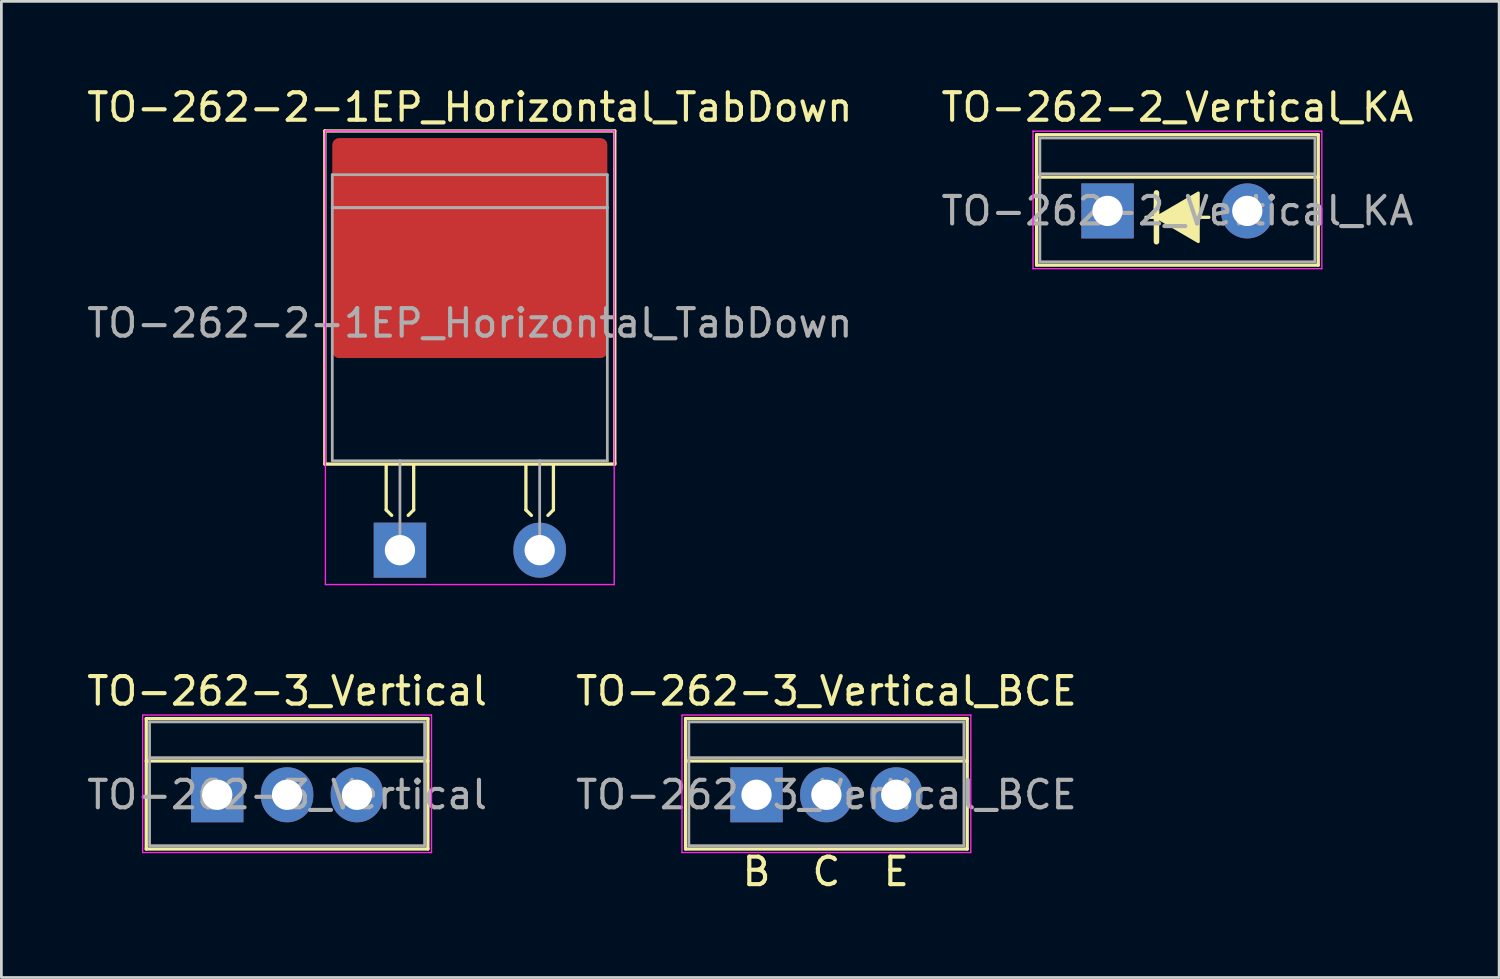
<source format=kicad_pcb>
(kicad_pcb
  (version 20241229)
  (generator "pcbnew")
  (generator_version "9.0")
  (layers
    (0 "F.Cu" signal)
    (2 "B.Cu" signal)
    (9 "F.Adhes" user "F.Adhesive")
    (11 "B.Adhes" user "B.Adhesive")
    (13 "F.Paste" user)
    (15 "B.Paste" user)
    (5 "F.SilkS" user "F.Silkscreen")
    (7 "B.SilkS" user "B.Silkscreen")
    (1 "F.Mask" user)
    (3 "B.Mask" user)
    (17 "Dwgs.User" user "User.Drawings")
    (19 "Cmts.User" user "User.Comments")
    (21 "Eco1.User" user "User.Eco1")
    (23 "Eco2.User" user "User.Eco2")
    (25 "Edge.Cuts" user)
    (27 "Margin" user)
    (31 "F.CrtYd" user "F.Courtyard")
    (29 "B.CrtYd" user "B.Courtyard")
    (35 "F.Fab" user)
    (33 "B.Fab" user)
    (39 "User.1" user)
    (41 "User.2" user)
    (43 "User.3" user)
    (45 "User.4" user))
  (footprint "TO-262-3_Vertical"
    (layer "F.Cu")
    (at 4.847 25.845)
    (property "Reference" "TO-262-3_Vertical" (at 2.54 -3.77 0) (layer "F.SilkS") (effects (font (size 1 1) (thickness 0.15))))
    (attr through_hole)
    (fp_line (start -2.58 -2.77) (end -2.58 1.971) (stroke (width 0.12) (type solid)) (layer "F.SilkS"))
    (fp_line (start -2.58 -2.77) (end 7.66 -2.77) (stroke (width 0.12) (type solid)) (layer "F.SilkS"))
    (fp_line (start -2.58 -1.23) (end 7.66 -1.23) (stroke (width 0.12) (type solid)) (layer "F.SilkS"))
    (fp_line (start -2.58 1.971) (end 7.66 1.971) (stroke (width 0.12) (type solid)) (layer "F.SilkS"))
    (fp_line (start 7.66 -2.77) (end 7.66 1.971) (stroke (width 0.12) (type solid)) (layer "F.SilkS"))
    (fp_line (start -2.71 -2.9) (end -2.71 2.1) (stroke (width 0.05) (type solid)) (layer "F.CrtYd"))
    (fp_line (start -2.71 2.1) (end 7.79 2.1) (stroke (width 0.05) (type solid)) (layer "F.CrtYd"))
    (fp_line (start 7.79 -2.9) (end -2.71 -2.9) (stroke (width 0.05) (type solid)) (layer "F.CrtYd"))
    (fp_line (start 7.79 2.1) (end 7.79 -2.9) (stroke (width 0.05) (type solid)) (layer "F.CrtYd"))
    (fp_line (start -2.46 -2.65) (end -2.46 1.85) (stroke (width 0.1) (type solid)) (layer "F.Fab"))
    (fp_line (start -2.46 -1.35) (end 7.54 -1.35) (stroke (width 0.1) (type solid)) (layer "F.Fab"))
    (fp_line (start -2.46 1.85) (end 7.54 1.85) (stroke (width 0.1) (type solid)) (layer "F.Fab"))
    (fp_line (start 7.54 -2.65) (end -2.46 -2.65) (stroke (width 0.1) (type solid)) (layer "F.Fab"))
    (fp_line (start 7.54 1.85) (end 7.54 -2.65) (stroke (width 0.1) (type solid)) (layer "F.Fab"))
    (fp_text user "${REFERENCE}" (at 2.54 0 0) (layer "F.Fab") (effects (font (size 1 1) (thickness 0.15))))
    (pad "1" thru_hole rect (at 0 0) (size 1.905 2) (drill 1.1) (layers "*.Cu" "*.Mask"))
    (pad "2" thru_hole oval (at 2.54 0) (size 1.905 2) (drill 1.1) (layers "*.Cu" "*.Mask"))
    (pad "3" thru_hole oval (at 5.08 0) (size 1.905 2) (drill 1.1) (layers "*.Cu" "*.Mask")))
  (footprint "TO-262-3_Vertical_BCE"
    (layer "F.Cu")
    (at 24.454 25.845)
    (property "Reference" "TO-262-3_Vertical_BCE" (at 2.54 -3.77 0) (layer "F.SilkS") (effects (font (size 1 1) (thickness 0.15))))
    (fp_line (start -2.58 -2.77) (end -2.58 1.971) (stroke (width 0.12) (type solid)) (layer "F.SilkS"))
    (fp_line (start -2.58 -2.77) (end 7.66 -2.77) (stroke (width 0.12) (type solid)) (layer "F.SilkS"))
    (fp_line (start -2.58 -1.23) (end 7.66 -1.23) (stroke (width 0.12) (type solid)) (layer "F.SilkS"))
    (fp_line (start -2.58 1.971) (end 7.66 1.971) (stroke (width 0.12) (type solid)) (layer "F.SilkS"))
    (fp_line (start 7.66 -2.77) (end 7.66 1.971) (stroke (width 0.12) (type solid)) (layer "F.SilkS"))
    (fp_line (start -2.71 -2.9) (end -2.71 2.1) (stroke (width 0.05) (type solid)) (layer "F.CrtYd"))
    (fp_line (start -2.71 2.1) (end 7.79 2.1) (stroke (width 0.05) (type solid)) (layer "F.CrtYd"))
    (fp_line (start 7.79 -2.9) (end -2.71 -2.9) (stroke (width 0.05) (type solid)) (layer "F.CrtYd"))
    (fp_line (start 7.79 2.1) (end 7.79 -2.9) (stroke (width 0.05) (type solid)) (layer "F.CrtYd"))
    (fp_line (start -2.46 -2.65) (end -2.46 1.85) (stroke (width 0.1) (type solid)) (layer "F.Fab"))
    (fp_line (start -2.46 -1.35) (end 7.54 -1.35) (stroke (width 0.1) (type solid)) (layer "F.Fab"))
    (fp_line (start -2.46 1.85) (end 7.54 1.85) (stroke (width 0.1) (type solid)) (layer "F.Fab"))
    (fp_line (start 7.54 -2.65) (end -2.46 -2.65) (stroke (width 0.1) (type solid)) (layer "F.Fab"))
    (fp_line (start 7.54 1.85) (end 7.54 -2.65) (stroke (width 0.1) (type solid)) (layer "F.Fab"))
    (fp_text user "E" (at 5.08 2.794 0) (unlocked yes) (layer "F.SilkS") (effects (font (size 1 1) (thickness 0.15))))
    (fp_text user "C" (at 2.54 2.794 0) (unlocked yes) (layer "F.SilkS") (effects (font (size 1 1) (thickness 0.15))))
    (fp_text user "B" (at 0 2.794 0) (unlocked yes) (layer "F.SilkS") (effects (font (size 1 1) (thickness 0.15))))
    (fp_text user "${REFERENCE}" (at 2.54 0 0) (layer "F.Fab") (effects (font (size 1 1) (thickness 0.15))))
    (pad "1" thru_hole rect (at 0 0) (size 1.905 2) (drill 1.1) (layers "*.Cu" "*.Mask"))
    (pad "2" thru_hole oval (at 2.54 0) (size 1.905 2) (drill 1.1) (layers "*.Cu" "*.Mask"))
    (pad "3" thru_hole oval (at 5.08 0) (size 1.905 2) (drill 1.1) (layers "*.Cu" "*.Mask")))
  (footprint "TO-262-2-1EP_Horizontal_TabDown"
    (layer "F.Cu")
    (at 11.49 16.952)
    (property "Reference" "TO-262-2-1EP_Horizontal_TabDown" (at 2.54 -16.103 0) (layer "F.SilkS") (effects (font (size 1 1) (thickness 0.15))))
    (fp_line (start -2.731 -15.24) (end 7.811 -15.24) (stroke (width 0.12) (type solid)) (layer "F.SilkS"))
    (fp_line (start -2.731 -3.13) (end -2.731 -15.24) (stroke (width 0.12) (type solid)) (layer "F.SilkS"))
    (fp_line (start -2.731 -3.13) (end 7.811 -3.13) (stroke (width 0.12) (type solid)) (layer "F.SilkS"))
    (fp_line (start -0.5 -3.111) (end -0.5 -1.464) (stroke (width 0.12) (type solid)) (layer "F.SilkS"))
    (fp_line (start -0.5 -1.464) (end -0.3 -1.264) (stroke (width 0.12) (type solid)) (layer "F.SilkS"))
    (fp_line (start 0.5 -3.111) (end 0.5 -1.464) (stroke (width 0.12) (type solid)) (layer "F.SilkS"))
    (fp_line (start 0.5 -1.464) (end 0.3 -1.264) (stroke (width 0.12) (type solid)) (layer "F.SilkS"))
    (fp_line (start 4.58 -3.111) (end 4.58 -1.464) (stroke (width 0.12) (type solid)) (layer "F.SilkS"))
    (fp_line (start 4.58 -1.464) (end 4.78 -1.264) (stroke (width 0.12) (type solid)) (layer "F.SilkS"))
    (fp_line (start 5.58 -3.111) (end 5.58 -1.464) (stroke (width 0.12) (type solid)) (layer "F.SilkS"))
    (fp_line (start 5.58 -1.464) (end 5.38 -1.264) (stroke (width 0.12) (type solid)) (layer "F.SilkS"))
    (fp_line (start 7.811 -15.24) (end 7.811 -3.175) (stroke (width 0.12) (type solid)) (layer "F.SilkS"))
    (fp_line (start 7.811 -3.175) (end 7.811 -3.13) (stroke (width 0.12) (type solid)) (layer "F.SilkS"))
    (fp_line (start -2.71 -15.24) (end -2.71 1.25) (stroke (width 0.05) (type solid)) (layer "F.CrtYd"))
    (fp_line (start -2.71 1.25) (end 7.79 1.25) (stroke (width 0.05) (type solid)) (layer "F.CrtYd"))
    (fp_line (start 7.79 -15.24) (end -2.71 -15.24) (stroke (width 0.05) (type solid)) (layer "F.CrtYd"))
    (fp_line (start 7.79 1.25) (end 7.79 -15.24) (stroke (width 0.05) (type solid)) (layer "F.CrtYd"))
    (fp_line (start -2.46 -13.65) (end 7.54 -13.65) (stroke (width 0.1) (type solid)) (layer "F.Fab"))
    (fp_line (start -2.46 -12.45) (end -2.46 -13.65) (stroke (width 0.1) (type solid)) (layer "F.Fab"))
    (fp_line (start -2.46 -12.45) (end 7.54 -12.45) (stroke (width 0.1) (type solid)) (layer "F.Fab"))
    (fp_line (start -2.46 -3.25) (end -2.46 -12.45) (stroke (width 0.1) (type solid)) (layer "F.Fab"))
    (fp_line (start 0 -3.25) (end 0 0) (stroke (width 0.1) (type solid)) (layer "F.Fab"))
    (fp_line (start 5.08 -3.25) (end 5.08 0) (stroke (width 0.1) (type solid)) (layer "F.Fab"))
    (fp_line (start 7.54 -13.65) (end 7.54 -12.45) (stroke (width 0.1) (type solid)) (layer "F.Fab"))
    (fp_line (start 7.54 -12.45) (end -2.46 -12.45) (stroke (width 0.1) (type solid)) (layer "F.Fab"))
    (fp_line (start 7.54 -12.45) (end 7.54 -3.25) (stroke (width 0.1) (type solid)) (layer "F.Fab"))
    (fp_line (start 7.54 -3.25) (end -2.46 -3.25) (stroke (width 0.1) (type solid)) (layer "F.Fab"))
    (fp_text user "${REFERENCE}" (at 2.54 -8.255 0) (layer "F.Fab") (effects (font (size 1 1) (thickness 0.15))))
    (pad "" smd roundrect (at -1.5 -14) (size 1.7 1.7) (layers "F.Paste") (roundrect_rratio 0.125))
    (pad "" smd roundrect (at -1.5 -12) (size 1.7 1.7) (layers "F.Paste") (roundrect_rratio 0.125))
    (pad "" smd roundrect (at -1.5 -10) (size 1.7 1.7) (layers "F.Paste") (roundrect_rratio 0.125))
    (pad "" smd roundrect (at -1.5 -8) (size 1.7 1.7) (layers "F.Paste") (roundrect_rratio 0.125))
    (pad "" smd roundrect (at 0.5 -14) (size 1.7 1.7) (layers "F.Paste") (roundrect_rratio 0.125))
    (pad "" smd roundrect (at 0.5 -12) (size 1.7 1.7) (layers "F.Paste") (roundrect_rratio 0.125))
    (pad "" smd roundrect (at 0.5 -10) (size 1.7 1.7) (layers "F.Paste") (roundrect_rratio 0.125))
    (pad "" smd roundrect (at 0.5 -8) (size 1.7 1.7) (layers "F.Paste") (roundrect_rratio 0.125))
    (pad "" smd roundrect (at 2.5 -14) (size 1.7 1.7) (layers "F.Paste") (roundrect_rratio 0.125))
    (pad "" smd roundrect (at 2.5 -12) (size 1.7 1.7) (layers "F.Paste") (roundrect_rratio 0.125))
    (pad "" smd roundrect (at 2.5 -10) (size 1.7 1.7) (layers "F.Paste") (roundrect_rratio 0.125))
    (pad "" smd roundrect (at 2.5 -8) (size 1.7 1.7) (layers "F.Paste") (roundrect_rratio 0.125))
    (pad "" smd roundrect (at 4.5 -14) (size 1.7 1.7) (layers "F.Paste") (roundrect_rratio 0.125))
    (pad "" smd roundrect (at 4.5 -12) (size 1.7 1.7) (layers "F.Paste") (roundrect_rratio 0.125))
    (pad "" smd roundrect (at 4.5 -10) (size 1.7 1.7) (layers "F.Paste") (roundrect_rratio 0.125))
    (pad "" smd roundrect (at 4.5 -8) (size 1.7 1.7) (layers "F.Paste") (roundrect_rratio 0.125))
    (pad "" smd roundrect (at 6.5 -14) (size 1.7 1.7) (layers "F.Paste") (roundrect_rratio 0.125))
    (pad "" smd roundrect (at 6.5 -12) (size 1.7 1.7) (layers "F.Paste") (roundrect_rratio 0.125))
    (pad "" smd roundrect (at 6.5 -10) (size 1.7 1.7) (layers "F.Paste") (roundrect_rratio 0.125))
    (pad "" smd roundrect (at 6.5 -8) (size 1.7 1.7) (layers "F.Paste") (roundrect_rratio 0.125))
    (pad "1" thru_hole rect (at 0 0) (size 1.905 2) (drill 1.1) (layers "*.Cu" "*.Mask"))
    (pad "2" thru_hole oval (at 5.08 0) (size 1.905 2) (drill 1.1) (layers "*.Cu" "*.Mask"))
    (pad "3" smd roundrect (at 2.54 -10.983) (size 10 8) (layers "F.Cu" "F.Mask") (roundrect_rratio 0.031)))
  (footprint "TO-262-2_Vertical_KA"
    (layer "F.Cu")
    (at 37.216 4.618)
    (property "Reference" "TO-262-2_Vertical_KA" (at 2.54 -3.77 0) (layer "F.SilkS") (effects (font (size 1 1) (thickness 0.15))))
    (fp_line (start -2.58 -2.77) (end -2.58 1.971) (stroke (width 0.12) (type solid)) (layer "F.SilkS"))
    (fp_line (start -2.58 -2.77) (end 7.66 -2.77) (stroke (width 0.12) (type solid)) (layer "F.SilkS"))
    (fp_line (start -2.58 -1.23) (end 7.66 -1.23) (stroke (width 0.12) (type solid)) (layer "F.SilkS"))
    (fp_line (start -2.58 1.971) (end 7.66 1.971) (stroke (width 0.12) (type solid)) (layer "F.SilkS"))
    (fp_line (start 1.397 0.232) (end 1.778 0.232) (stroke (width 0.12) (type solid)) (layer "F.SilkS"))
    (fp_line (start 1.778 -0.657) (end 1.778 0.232) (stroke (width 0.2) (type solid)) (layer "F.SilkS"))
    (fp_line (start 1.778 -0.149) (end 1.778 1.121) (stroke (width 0.2) (type solid)) (layer "F.SilkS"))
    (fp_line (start 3.683 0.232) (end 3.302 0.232) (stroke (width 0.12) (type solid)) (layer "F.SilkS"))
    (fp_line (start 7.66 -2.77) (end 7.66 1.971) (stroke (width 0.12) (type solid)) (layer "F.SilkS"))
    (fp_poly (pts (xy 3.302 1.121) (xy 1.778 0.232) (xy 3.302 -0.657)) (stroke (width 0.1) (type solid)) (fill yes) (layer "F.SilkS"))
    (fp_line (start -2.71 -2.9) (end -2.71 2.1) (stroke (width 0.05) (type solid)) (layer "F.CrtYd"))
    (fp_line (start -2.71 2.1) (end 7.79 2.1) (stroke (width 0.05) (type solid)) (layer "F.CrtYd"))
    (fp_line (start 7.79 -2.9) (end -2.71 -2.9) (stroke (width 0.05) (type solid)) (layer "F.CrtYd"))
    (fp_line (start 7.79 2.1) (end 7.79 -2.9) (stroke (width 0.05) (type solid)) (layer "F.CrtYd"))
    (fp_line (start -2.46 -2.65) (end -2.46 1.85) (stroke (width 0.1) (type solid)) (layer "F.Fab"))
    (fp_line (start -2.46 -1.35) (end 7.54 -1.35) (stroke (width 0.1) (type solid)) (layer "F.Fab"))
    (fp_line (start -2.46 1.85) (end 7.54 1.85) (stroke (width 0.1) (type solid)) (layer "F.Fab"))
    (fp_line (start 7.54 -2.65) (end -2.46 -2.65) (stroke (width 0.1) (type solid)) (layer "F.Fab"))
    (fp_line (start 7.54 1.85) (end 7.54 -2.65) (stroke (width 0.1) (type solid)) (layer "F.Fab"))
    (fp_text user "${REFERENCE}" (at 2.54 0 0) (layer "F.Fab") (effects (font (size 1 1) (thickness 0.15))))
    (pad "1" thru_hole rect (at 0 0) (size 1.905 2) (drill 1.1) (layers "*.Cu" "*.Mask"))
    (pad "3" thru_hole oval (at 5.08 0) (size 1.905 2) (drill 1.1) (layers "*.Cu" "*.Mask")))
  (gr_rect
    (start -3 -3)
    (end 51.452 32.487)
    (stroke (width 0.1) (type default))
    (fill no)
    (layer "Edge.Cuts")))
</source>
